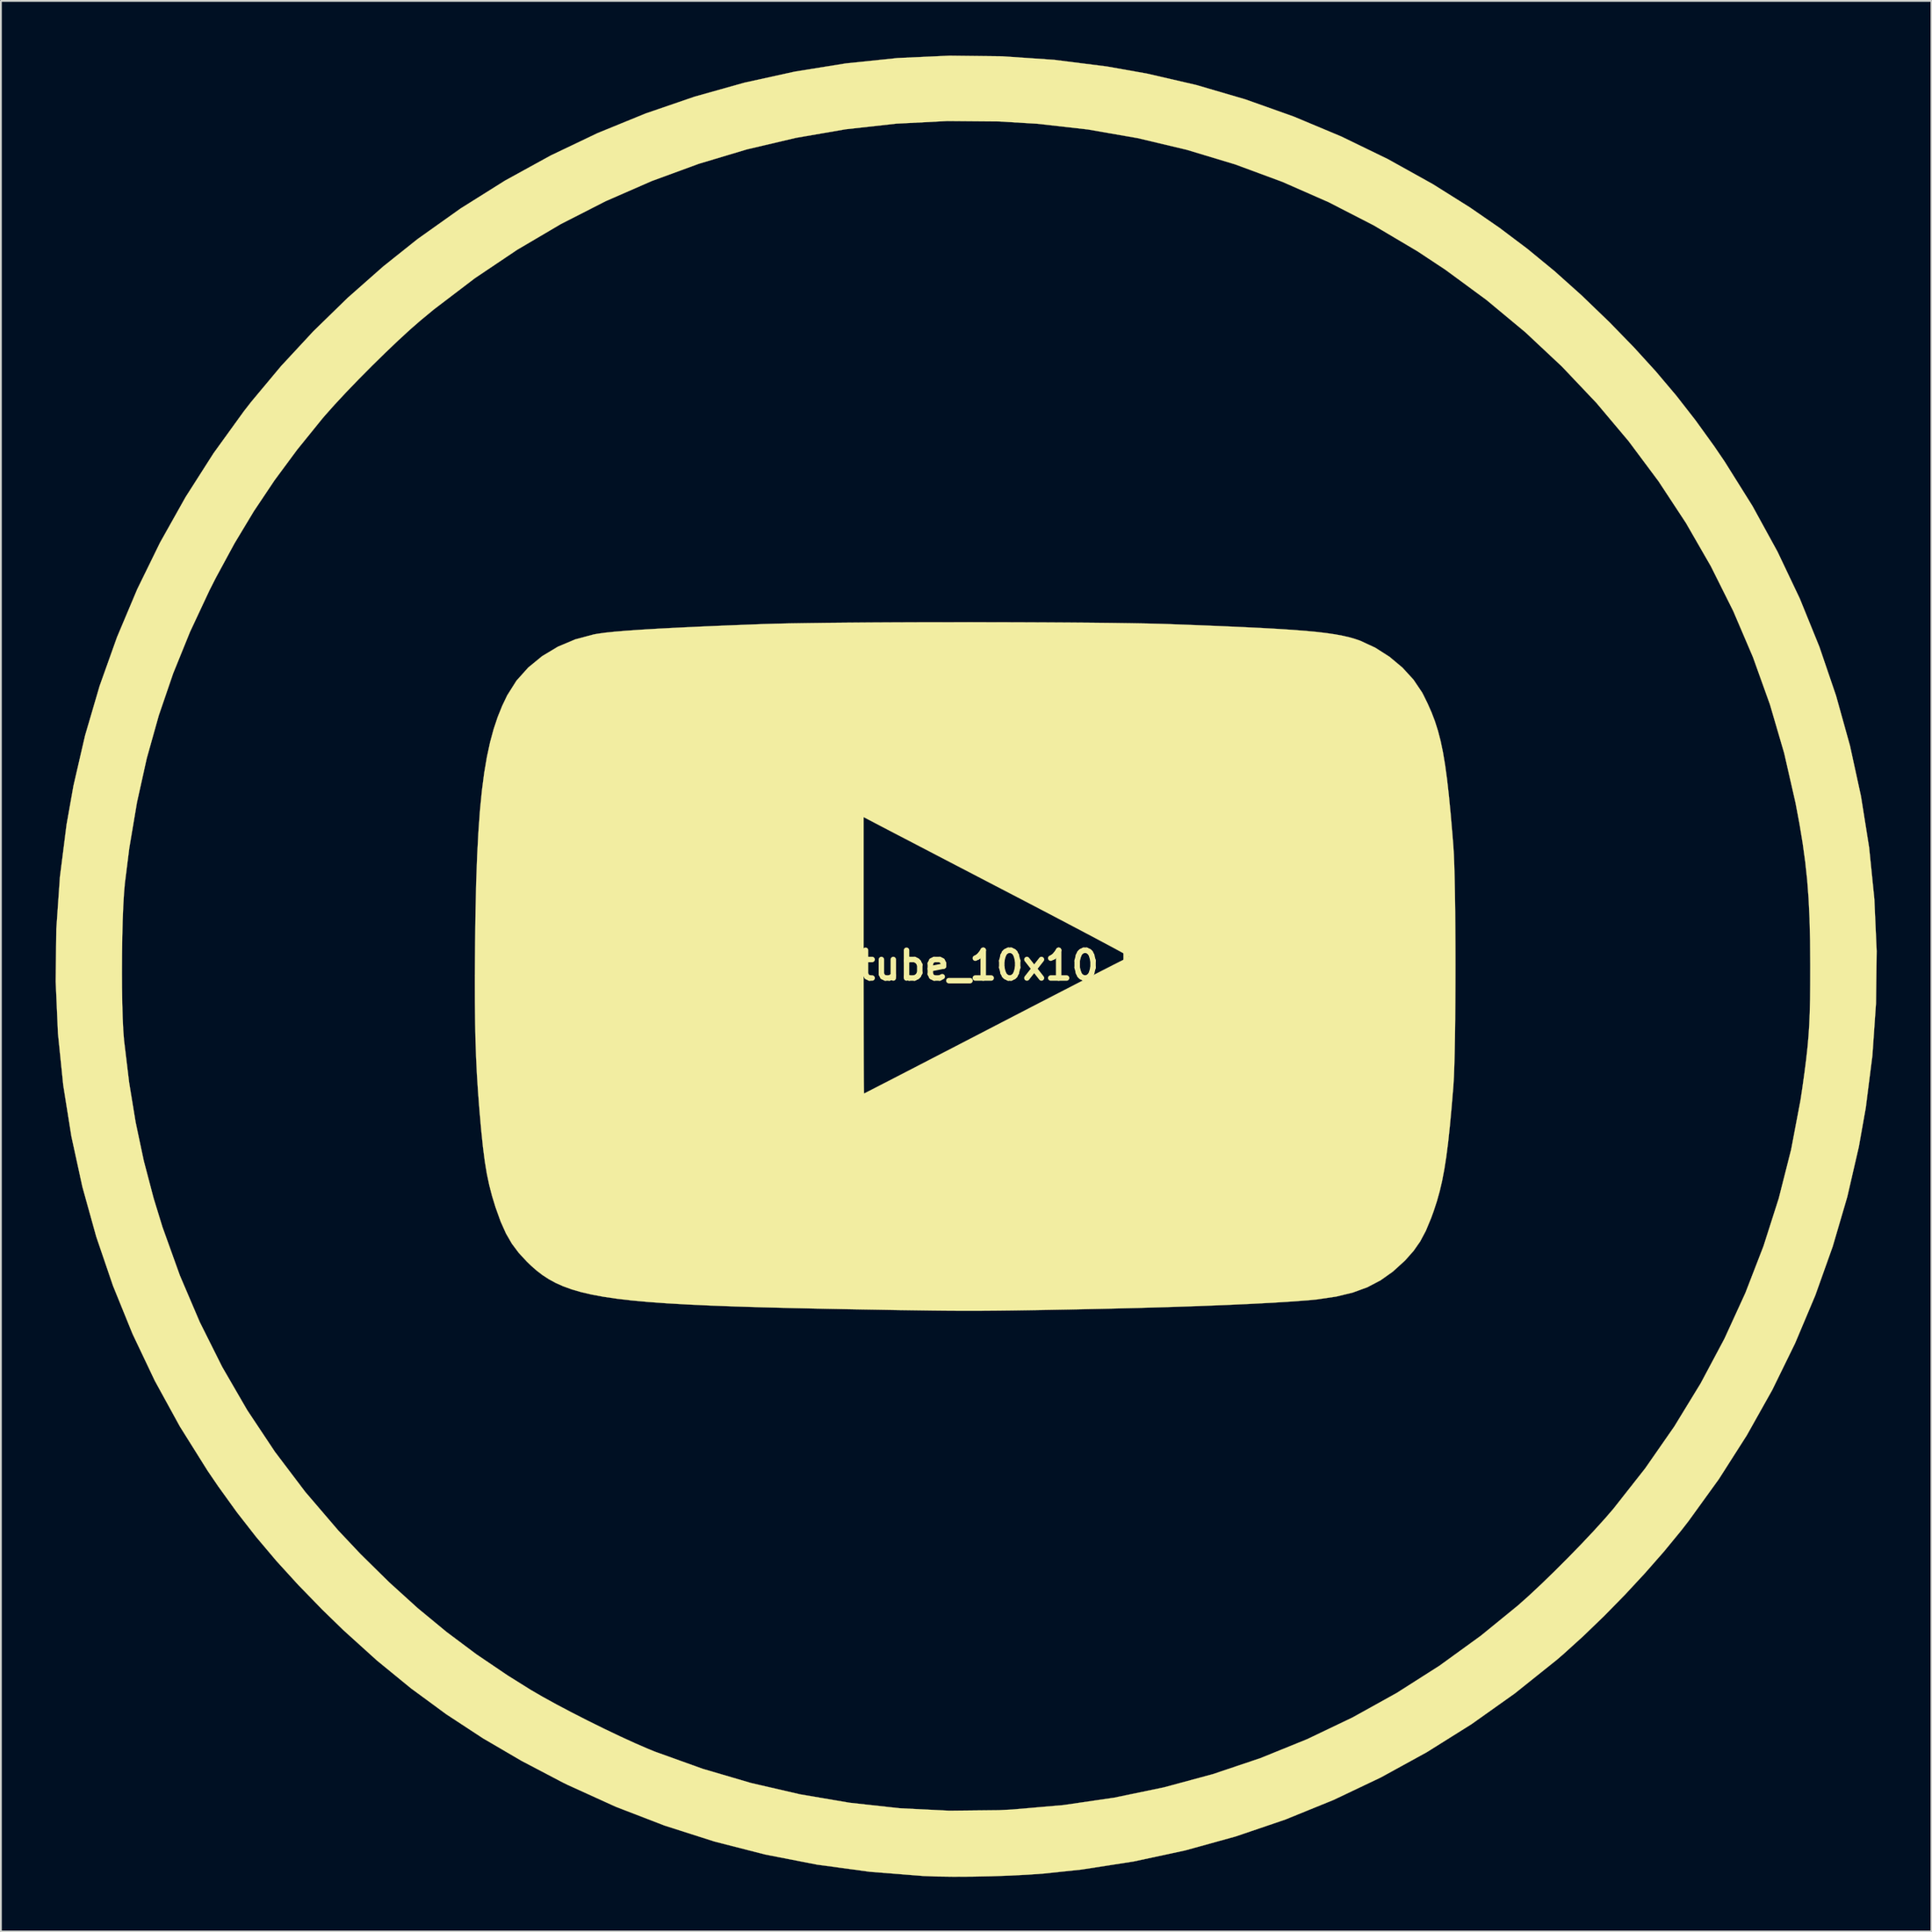
<source format=kicad_pcb>
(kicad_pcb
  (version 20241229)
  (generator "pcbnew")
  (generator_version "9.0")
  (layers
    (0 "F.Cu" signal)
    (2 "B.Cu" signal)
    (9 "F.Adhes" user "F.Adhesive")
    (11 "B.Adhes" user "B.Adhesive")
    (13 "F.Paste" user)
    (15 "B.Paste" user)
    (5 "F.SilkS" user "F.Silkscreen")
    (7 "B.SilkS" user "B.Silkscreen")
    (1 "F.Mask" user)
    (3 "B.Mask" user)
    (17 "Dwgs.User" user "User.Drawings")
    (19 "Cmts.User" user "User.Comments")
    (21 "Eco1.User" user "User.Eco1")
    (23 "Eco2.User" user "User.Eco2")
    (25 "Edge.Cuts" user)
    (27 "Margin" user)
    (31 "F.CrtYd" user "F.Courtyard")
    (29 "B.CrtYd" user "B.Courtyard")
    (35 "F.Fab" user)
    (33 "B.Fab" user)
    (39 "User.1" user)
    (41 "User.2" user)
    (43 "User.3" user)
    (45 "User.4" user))
  (footprint "youtube_10x10_F"
    (layer "F.Cu")
    (at 49.914 49.917)
    (property "Reference" "youtube_10x10_F" (at 0 0 0) (layer "F.SilkS") (effects (font (size 1.524 1.524) (thickness 0.3))))
    (attr through_hole)
    (fp_poly (pts (xy 1.657 -18.831) (xy 3.041 -18.827) (xy 4.387 -18.821) (xy 5.68 -18.813) (xy 6.9 -18.803) (xy 8.032 -18.791) (xy 9.059 -18.776) (xy 9.962 -18.76) (xy 10.725 -18.741) (xy 11.134 -18.728) (xy 12.63 -18.672) (xy 13.967 -18.618) (xy 15.157 -18.566) (xy 16.211 -18.515) (xy 17.139 -18.463) (xy 17.952 -18.41) (xy 18.661 -18.355) (xy 19.277 -18.297) (xy 19.812 -18.234) (xy 20.275 -18.166) (xy 20.677 -18.092) (xy 21.031 -18.012) (xy 21.346 -17.923) (xy 21.633 -17.826) (xy 21.664 -17.814) (xy 22.488 -17.432) (xy 23.27 -16.932) (xy 23.978 -16.339) (xy 24.583 -15.679) (xy 25.055 -14.978) (xy 25.118 -14.859) (xy 25.361 -14.365) (xy 25.575 -13.881) (xy 25.762 -13.39) (xy 25.926 -12.874) (xy 26.071 -12.316) (xy 26.2 -11.7) (xy 26.316 -11.008) (xy 26.423 -10.223) (xy 26.524 -9.329) (xy 26.623 -8.308) (xy 26.723 -7.142) (xy 26.772 -6.519) (xy 26.798 -6.082) (xy 26.821 -5.496) (xy 26.84 -4.783) (xy 26.856 -3.964) (xy 26.869 -3.059) (xy 26.877 -2.09) (xy 26.883 -1.078) (xy 26.885 -0.043) (xy 26.883 0.994) (xy 26.878 2.012) (xy 26.87 2.989) (xy 26.858 3.905) (xy 26.843 4.74) (xy 26.824 5.471) (xy 26.802 6.078) (xy 26.776 6.541) (xy 26.772 6.604) (xy 26.674 7.782) (xy 26.579 8.81) (xy 26.483 9.709) (xy 26.382 10.497) (xy 26.273 11.193) (xy 26.154 11.819) (xy 26.019 12.393) (xy 25.868 12.935) (xy 25.695 13.464) (xy 25.552 13.858) (xy 25.26 14.56) (xy 24.949 15.144) (xy 24.589 15.659) (xy 24.149 16.156) (xy 24.088 16.218) (xy 23.449 16.798) (xy 22.779 17.273) (xy 22.055 17.653) (xy 21.251 17.947) (xy 20.345 18.166) (xy 19.312 18.319) (xy 18.838 18.366) (xy 17.936 18.435) (xy 16.873 18.502) (xy 15.659 18.566) (xy 14.301 18.628) (xy 12.81 18.686) (xy 11.194 18.74) (xy 9.462 18.79) (xy 7.623 18.835) (xy 5.685 18.876) (xy 5.419 18.881) (xy 4.369 18.9) (xy 3.438 18.916) (xy 2.601 18.929) (xy 1.835 18.938) (xy 1.113 18.944) (xy 0.413 18.947) (xy -0.292 18.946) (xy -1.025 18.942) (xy -1.81 18.934) (xy -2.674 18.922) (xy -3.639 18.908) (xy -4.732 18.889) (xy -5.63 18.874) (xy -7.608 18.837) (xy -9.424 18.798) (xy -11.087 18.756) (xy -12.605 18.71) (xy -13.986 18.659) (xy -15.239 18.601) (xy -16.371 18.536) (xy -17.391 18.462) (xy -18.307 18.378) (xy -19.127 18.283) (xy -19.859 18.175) (xy -20.511 18.054) (xy -21.091 17.919) (xy -21.608 17.768) (xy -22.07 17.6) (xy -22.485 17.414) (xy -22.86 17.209) (xy -23.205 16.984) (xy -23.527 16.737) (xy -23.834 16.467) (xy -24.051 16.258) (xy -24.506 15.766) (xy -24.883 15.261) (xy -25.205 14.704) (xy -25.495 14.056) (xy -25.774 13.279) (xy -25.782 13.254) (xy -25.967 12.65) (xy -26.122 12.054) (xy -26.253 11.433) (xy -26.365 10.752) (xy -26.465 9.978) (xy -26.559 9.076) (xy -26.58 8.848) (xy -26.666 7.857) (xy -26.738 6.915) (xy -26.797 5.997) (xy -26.842 5.076) (xy -26.876 4.127) (xy -26.898 3.126) (xy -26.91 2.046) (xy -26.913 0.862) (xy -26.906 -0.451) (xy -26.905 -0.557) (xy -5.588 -0.557) (xy -5.588 0.56) (xy -5.587 1.627) (xy -5.586 2.633) (xy -5.584 3.566) (xy -5.581 4.413) (xy -5.579 5.162) (xy -5.576 5.802) (xy -5.573 6.321) (xy -5.569 6.706) (xy -5.565 6.945) (xy -5.561 7.027) (xy -5.484 6.989) (xy -5.267 6.878) (xy -4.92 6.7) (xy -4.454 6.46) (xy -3.879 6.164) (xy -3.205 5.816) (xy -2.443 5.422) (xy -1.603 4.987) (xy -0.695 4.518) (xy 0.269 4.018) (xy 1.281 3.494) (xy 1.651 3.302) (xy 2.678 2.77) (xy 3.662 2.261) (xy 4.594 1.78) (xy 5.462 1.332) (xy 6.256 0.923) (xy 6.967 0.558) (xy 7.583 0.242) (xy 8.094 -0.019) (xy 8.489 -0.219) (xy 8.759 -0.354) (xy 8.893 -0.419) (xy 8.906 -0.423) (xy 8.974 -0.484) (xy 8.975 -0.49) (xy 8.901 -0.539) (xy 8.689 -0.659) (xy 8.347 -0.846) (xy 7.889 -1.093) (xy 7.324 -1.395) (xy 6.663 -1.745) (xy 5.918 -2.138) (xy 5.099 -2.569) (xy 4.218 -3.031) (xy 3.285 -3.518) (xy 2.646 -3.851) (xy 1.658 -4.365) (xy 0.694 -4.867) (xy -0.232 -5.349) (xy -1.107 -5.804) (xy -1.918 -6.227) (xy -2.651 -6.609) (xy -3.294 -6.944) (xy -3.833 -7.224) (xy -4.254 -7.444) (xy -4.545 -7.596) (xy -4.636 -7.643) (xy -5.588 -8.142) (xy -5.588 -0.557) (xy -26.905 -0.557) (xy -26.899 -1.27) (xy -26.874 -3.017) (xy -26.837 -4.605) (xy -26.784 -6.047) (xy -26.715 -7.353) (xy -26.629 -8.535) (xy -26.524 -9.603) (xy -26.398 -10.568) (xy -26.25 -11.443) (xy -26.079 -12.236) (xy -25.883 -12.961) (xy -25.661 -13.627) (xy -25.411 -14.246) (xy -25.135 -14.823) (xy -24.628 -15.625) (xy -23.984 -16.344) (xy -23.221 -16.97) (xy -22.356 -17.489) (xy -21.406 -17.889) (xy -20.39 -18.16) (xy -20.193 -18.196) (xy -19.787 -18.253) (xy -19.252 -18.309) (xy -18.582 -18.365) (xy -17.772 -18.421) (xy -16.818 -18.478) (xy -15.715 -18.535) (xy -14.459 -18.594) (xy -13.043 -18.654) (xy -11.465 -18.715) (xy -11.091 -18.729) (xy -10.435 -18.749) (xy -9.626 -18.767) (xy -8.683 -18.782) (xy -7.622 -18.796) (xy -6.46 -18.807) (xy -5.215 -18.817) (xy -3.904 -18.824) (xy -2.544 -18.829) (xy -1.153 -18.831) (xy 0.254 -18.832) (xy 1.657 -18.831)) (stroke (width 0.01) (type solid)) (fill yes) (layer "F.SilkS"))
    (fp_poly (pts (xy 2.003 -49.879) (xy 4.878 -49.683) (xy 7.756 -49.32) (xy 9.948 -48.932) (xy 12.656 -48.307) (xy 15.348 -47.519) (xy 18.008 -46.574) (xy 20.621 -45.479) (xy 23.171 -44.241) (xy 25.644 -42.865) (xy 27.673 -41.591) (xy 29.293 -40.474) (xy 30.83 -39.317) (xy 32.321 -38.092) (xy 33.8 -36.768) (xy 35.305 -35.318) (xy 35.355 -35.268) (xy 36.679 -33.907) (xy 37.882 -32.586) (xy 38.996 -31.268) (xy 40.05 -29.916) (xy 41.076 -28.494) (xy 41.654 -27.644) (xy 43.179 -25.209) (xy 44.554 -22.701) (xy 45.778 -20.125) (xy 46.849 -17.489) (xy 47.766 -14.799) (xy 48.528 -12.063) (xy 49.133 -9.287) (xy 49.58 -6.478) (xy 49.867 -3.643) (xy 49.994 -0.789) (xy 49.958 2.076) (xy 49.759 4.947) (xy 49.395 7.816) (xy 49.016 9.948) (xy 48.381 12.698) (xy 47.583 15.418) (xy 46.628 18.098) (xy 45.52 20.726) (xy 44.265 23.291) (xy 42.868 25.78) (xy 41.335 28.182) (xy 39.671 30.486) (xy 39.266 31.007) (xy 38.327 32.151) (xy 37.286 33.337) (xy 36.179 34.53) (xy 35.039 35.693) (xy 33.9 36.792) (xy 32.798 37.791) (xy 32.427 38.11) (xy 30.139 39.94) (xy 27.768 41.624) (xy 25.318 43.16) (xy 22.794 44.546) (xy 20.201 45.78) (xy 17.543 46.861) (xy 14.826 47.785) (xy 12.053 48.552) (xy 9.23 49.158) (xy 6.361 49.603) (xy 4.318 49.818) (xy 3.427 49.882) (xy 2.438 49.933) (xy 1.397 49.969) (xy 0.348 49.989) (xy -0.662 49.994) (xy -1.589 49.981) (xy -2.299 49.955) (xy -5.248 49.722) (xy -8.141 49.33) (xy -10.98 48.777) (xy -13.766 48.064) (xy -16.5 47.19) (xy -19.182 46.156) (xy -21.815 44.959) (xy -22.098 44.82) (xy -24.356 43.635) (xy -26.477 42.394) (xy -28.488 41.075) (xy -30.415 39.66) (xy -32.287 38.129) (xy -34.131 36.461) (xy -35.27 35.353) (xy -36.594 33.992) (xy -37.798 32.671) (xy -38.911 31.353) (xy -39.966 30.001) (xy -40.991 28.578) (xy -41.57 27.728) (xy -43.095 25.294) (xy -44.47 22.786) (xy -45.694 20.21) (xy -46.765 17.573) (xy -47.682 14.884) (xy -48.443 12.147) (xy -49.048 9.371) (xy -49.495 6.562) (xy -49.783 3.728) (xy -49.909 0.874) (xy -49.902 0.281) (xy -46.274 0.281) (xy -46.27 1.197) (xy -46.257 2.068) (xy -46.234 2.861) (xy -46.202 3.548) (xy -46.16 4.096) (xy -46.159 4.106) (xy -45.881 6.414) (xy -45.523 8.604) (xy -45.077 10.713) (xy -44.535 12.777) (xy -44.051 14.351) (xy -43.097 17.006) (xy -42.005 19.564) (xy -40.773 22.028) (xy -39.399 24.4) (xy -37.881 26.683) (xy -36.219 28.88) (xy -34.409 30.994) (xy -33.189 32.288) (xy -31.612 33.842) (xy -30.049 35.259) (xy -28.467 36.565) (xy -26.834 37.787) (xy -25.116 38.95) (xy -23.856 39.738) (xy -23.212 40.113) (xy -22.453 40.531) (xy -21.613 40.975) (xy -20.725 41.428) (xy -19.826 41.873) (xy -18.948 42.292) (xy -18.127 42.668) (xy -17.396 42.985) (xy -17.024 43.136) (xy -14.416 44.073) (xy -11.76 44.853) (xy -9.067 45.475) (xy -6.349 45.937) (xy -3.618 46.237) (xy -0.883 46.373) (xy 1.843 46.344) (xy 2.54 46.31) (xy 5.374 46.065) (xy 8.159 45.659) (xy 10.893 45.092) (xy 13.572 44.368) (xy 16.193 43.486) (xy 18.75 42.448) (xy 21.241 41.257) (xy 23.662 39.913) (xy 26.009 38.418) (xy 28.279 36.773) (xy 30.311 35.116) (xy 30.919 34.575) (xy 31.6 33.937) (xy 32.326 33.233) (xy 33.067 32.492) (xy 33.794 31.744) (xy 34.477 31.019) (xy 35.086 30.347) (xy 35.552 29.807) (xy 37.293 27.594) (xy 38.89 25.297) (xy 40.34 22.924) (xy 41.642 20.479) (xy 42.791 17.97) (xy 43.785 15.401) (xy 44.623 12.779) (xy 45.3 10.111) (xy 45.815 7.4) (xy 45.925 6.671) (xy 46.037 5.863) (xy 46.128 5.15) (xy 46.2 4.499) (xy 46.255 3.878) (xy 46.296 3.254) (xy 46.323 2.596) (xy 46.341 1.872) (xy 46.349 1.047) (xy 46.351 0.092) (xy 46.351 -0.085) (xy 46.341 -1.399) (xy 46.312 -2.581) (xy 46.26 -3.665) (xy 46.183 -4.688) (xy 46.076 -5.685) (xy 45.938 -6.692) (xy 45.764 -7.744) (xy 45.552 -8.877) (xy 45.541 -8.932) (xy 44.92 -11.651) (xy 44.141 -14.312) (xy 43.209 -16.911) (xy 42.127 -19.442) (xy 40.9 -21.898) (xy 39.532 -24.275) (xy 38.026 -26.565) (xy 36.387 -28.763) (xy 34.619 -30.863) (xy 32.725 -32.86) (xy 30.711 -34.747) (xy 28.579 -36.518) (xy 26.334 -38.168) (xy 24.803 -39.181) (xy 22.399 -40.605) (xy 19.926 -41.876) (xy 17.389 -42.991) (xy 14.794 -43.95) (xy 12.146 -44.749) (xy 9.452 -45.389) (xy 6.716 -45.865) (xy 3.946 -46.178) (xy 1.84 -46.304) (xy -0.992 -46.327) (xy -3.794 -46.183) (xy -6.563 -45.876) (xy -9.293 -45.405) (xy -11.98 -44.774) (xy -14.619 -43.984) (xy -17.204 -43.036) (xy -19.731 -41.932) (xy -22.195 -40.674) (xy -24.591 -39.263) (xy -26.914 -37.702) (xy -29.16 -35.992) (xy -29.887 -35.391) (xy -30.463 -34.889) (xy -31.118 -34.287) (xy -31.824 -33.614) (xy -32.554 -32.898) (xy -33.278 -32.168) (xy -33.968 -31.452) (xy -34.595 -30.778) (xy -35.132 -30.176) (xy -35.292 -29.988) (xy -36.66 -28.297) (xy -37.898 -26.623) (xy -39.035 -24.924) (xy -40.098 -23.158) (xy -41.116 -21.281) (xy -41.475 -20.574) (xy -42.54 -18.299) (xy -43.464 -16.021) (xy -44.252 -13.718) (xy -44.912 -11.367) (xy -45.45 -8.944) (xy -45.873 -6.428) (xy -46.116 -4.487) (xy -46.163 -3.932) (xy -46.203 -3.241) (xy -46.234 -2.443) (xy -46.256 -1.57) (xy -46.269 -0.652) (xy -46.274 0.281) (xy -49.902 0.281) (xy -49.874 -1.992) (xy -49.675 -4.862) (xy -49.311 -7.731) (xy -48.932 -9.864) (xy -48.297 -12.613) (xy -47.499 -15.334) (xy -46.543 -18.014) (xy -45.435 -20.642) (xy -44.18 -23.206) (xy -42.783 -25.695) (xy -41.25 -28.098) (xy -39.586 -30.402) (xy -39.181 -30.922) (xy -37.546 -32.879) (xy -35.774 -34.79) (xy -33.894 -36.623) (xy -31.938 -38.35) (xy -30.054 -39.852) (xy -27.695 -41.529) (xy -25.259 -43.058) (xy -22.75 -44.437) (xy -20.176 -45.666) (xy -17.544 -46.741) (xy -14.858 -47.663) (xy -12.127 -48.43) (xy -9.355 -49.039) (xy -6.55 -49.49) (xy -3.718 -49.782) (xy -0.865 -49.912) (xy 2.003 -49.879)) (stroke (width 0.01) (type solid)) (fill yes) (layer "F.SilkS")))
  (gr_rect
    (start -3 -3)
    (end 102.913 102.916)
    (stroke (width 0.1) (type default))
    (fill no)
    (layer "Edge.Cuts")))
</source>
